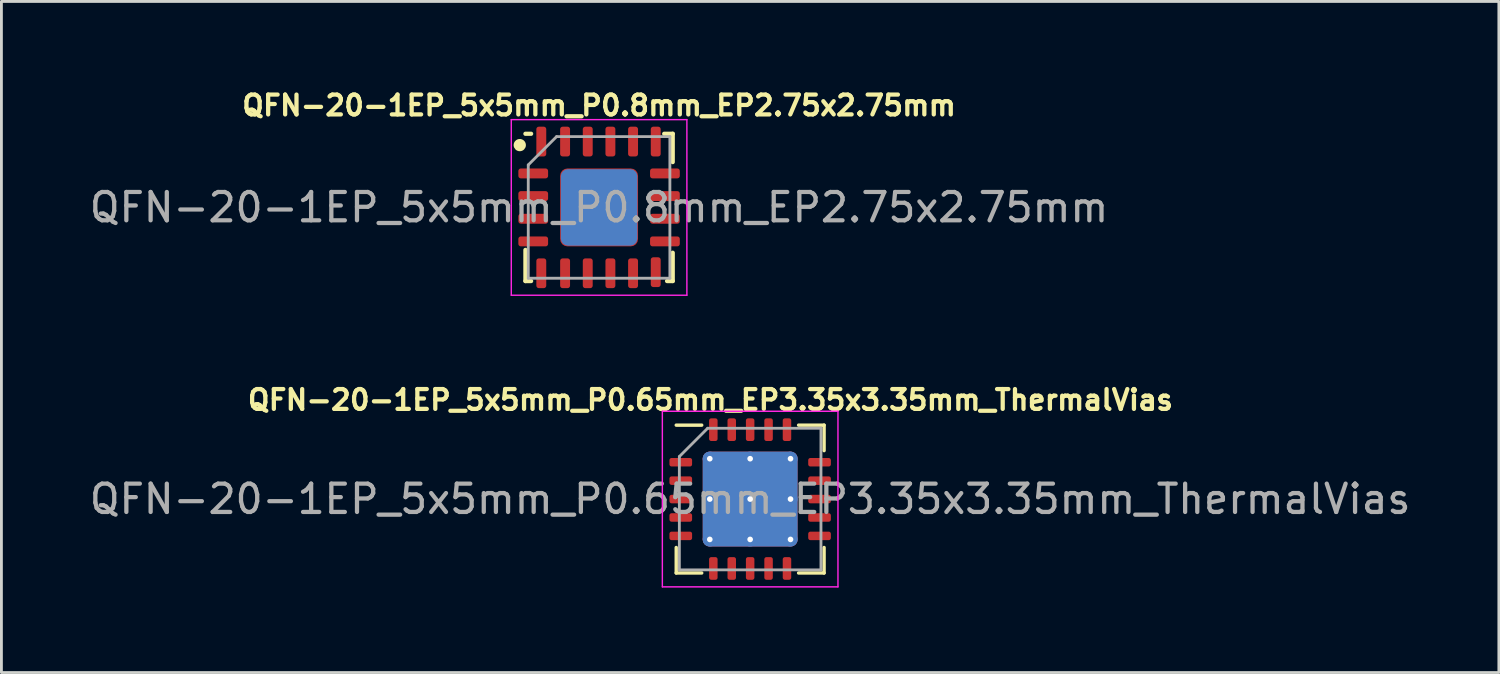
<source format=kicad_pcb>
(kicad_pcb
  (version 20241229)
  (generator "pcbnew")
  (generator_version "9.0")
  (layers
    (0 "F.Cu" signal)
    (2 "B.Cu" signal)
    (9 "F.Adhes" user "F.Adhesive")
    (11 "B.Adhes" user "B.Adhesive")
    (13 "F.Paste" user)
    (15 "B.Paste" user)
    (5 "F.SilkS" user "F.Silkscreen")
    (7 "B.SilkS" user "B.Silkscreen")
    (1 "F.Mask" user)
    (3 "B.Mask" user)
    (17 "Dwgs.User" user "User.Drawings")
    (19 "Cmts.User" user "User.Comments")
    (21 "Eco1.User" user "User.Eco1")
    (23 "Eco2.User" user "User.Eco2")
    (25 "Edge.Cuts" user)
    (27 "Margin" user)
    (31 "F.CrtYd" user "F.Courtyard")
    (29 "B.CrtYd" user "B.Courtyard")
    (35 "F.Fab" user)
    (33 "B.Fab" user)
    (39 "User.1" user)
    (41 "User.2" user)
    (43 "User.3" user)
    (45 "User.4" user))
  (footprint "QFN-20-1EP_5x5mm_P0.65mm_EP3.35x3.35mm_ThermalVias"
    (layer "F.Cu")
    (at 23.435 14.57)
    (property "Reference" "QFN-20-1EP_5x5mm_P0.65mm_EP3.35x3.35mm_ThermalVias" (at -1.4 -3.5 0) (layer "F.SilkS") (effects (font (size 0.7 0.7) (thickness 0.15))))
    (attr smd)
    (fp_line (start -2.61 2.61) (end -2.61 1.71) (stroke (width 0.12) (type solid)) (layer "F.SilkS"))
    (fp_line (start -1.71 -2.61) (end -2.61 -2.61) (stroke (width 0.12) (type solid)) (layer "F.SilkS"))
    (fp_line (start -1.71 2.61) (end -2.61 2.61) (stroke (width 0.12) (type solid)) (layer "F.SilkS"))
    (fp_line (start 1.71 -2.61) (end 2.61 -2.61) (stroke (width 0.12) (type solid)) (layer "F.SilkS"))
    (fp_line (start 1.71 2.61) (end 2.61 2.61) (stroke (width 0.12) (type solid)) (layer "F.SilkS"))
    (fp_line (start 2.61 -2.61) (end 2.61 -1.71) (stroke (width 0.12) (type solid)) (layer "F.SilkS"))
    (fp_line (start 2.61 2.61) (end 2.61 1.71) (stroke (width 0.12) (type solid)) (layer "F.SilkS"))
    (fp_line (start -3.1 -3.1) (end -3.1 3.1) (stroke (width 0.05) (type solid)) (layer "F.CrtYd"))
    (fp_line (start -3.1 3.1) (end 3.1 3.1) (stroke (width 0.05) (type solid)) (layer "F.CrtYd"))
    (fp_line (start 3.1 -3.1) (end -3.1 -3.1) (stroke (width 0.05) (type solid)) (layer "F.CrtYd"))
    (fp_line (start 3.1 3.1) (end 3.1 -3.1) (stroke (width 0.05) (type solid)) (layer "F.CrtYd"))
    (fp_line (start -2.5 -1.5) (end -1.5 -2.5) (stroke (width 0.1) (type solid)) (layer "F.Fab"))
    (fp_line (start -2.5 2.5) (end -2.5 -1.5) (stroke (width 0.1) (type solid)) (layer "F.Fab"))
    (fp_line (start -1.5 -2.5) (end 2.5 -2.5) (stroke (width 0.1) (type solid)) (layer "F.Fab"))
    (fp_line (start 2.5 -2.5) (end 2.5 2.5) (stroke (width 0.1) (type solid)) (layer "F.Fab"))
    (fp_line (start 2.5 2.5) (end -2.5 2.5) (stroke (width 0.1) (type solid)) (layer "F.Fab"))
    (fp_text user "${REFERENCE}" (at 0 0 0) (layer "F.Fab") (effects (font (size 1 1) (thickness 0.15))))
    (pad "" smd roundrect (at -0.84 -0.84) (size 1.45 1.45) (layers "F.Paste") (roundrect_rratio 0.172))
    (pad "" smd roundrect (at -0.84 0.84) (size 1.45 1.45) (layers "F.Paste") (roundrect_rratio 0.172))
    (pad "" smd roundrect (at 0.84 -0.84) (size 1.45 1.45) (layers "F.Paste") (roundrect_rratio 0.172))
    (pad "" smd roundrect (at 0.84 0.84) (size 1.45 1.45) (layers "F.Paste") (roundrect_rratio 0.172))
    (pad "1" smd roundrect (at -2.45 -1.3) (size 0.8 0.3) (layers "F.Cu" "F.Mask" "F.Paste") (roundrect_rratio 0.25))
    (pad "2" smd roundrect (at -2.45 -0.65) (size 0.8 0.3) (layers "F.Cu" "F.Mask" "F.Paste") (roundrect_rratio 0.25))
    (pad "3" smd roundrect (at -2.45 0) (size 0.8 0.3) (layers "F.Cu" "F.Mask" "F.Paste") (roundrect_rratio 0.25))
    (pad "4" smd roundrect (at -2.45 0.65) (size 0.8 0.3) (layers "F.Cu" "F.Mask" "F.Paste") (roundrect_rratio 0.25))
    (pad "5" smd roundrect (at -2.45 1.3) (size 0.8 0.3) (layers "F.Cu" "F.Mask" "F.Paste") (roundrect_rratio 0.25))
    (pad "6" smd roundrect (at -1.3 2.45) (size 0.3 0.8) (layers "F.Cu" "F.Mask" "F.Paste") (roundrect_rratio 0.25))
    (pad "7" smd roundrect (at -0.65 2.45) (size 0.3 0.8) (layers "F.Cu" "F.Mask" "F.Paste") (roundrect_rratio 0.25))
    (pad "8" smd roundrect (at 0 2.45) (size 0.3 0.8) (layers "F.Cu" "F.Mask" "F.Paste") (roundrect_rratio 0.25))
    (pad "9" smd roundrect (at 0.65 2.45) (size 0.3 0.8) (layers "F.Cu" "F.Mask" "F.Paste") (roundrect_rratio 0.25))
    (pad "10" smd roundrect (at 1.3 2.45) (size 0.3 0.8) (layers "F.Cu" "F.Mask" "F.Paste") (roundrect_rratio 0.25))
    (pad "11" smd roundrect (at 2.45 1.3) (size 0.8 0.3) (layers "F.Cu" "F.Mask" "F.Paste") (roundrect_rratio 0.25))
    (pad "12" smd roundrect (at 2.45 0.65) (size 0.8 0.3) (layers "F.Cu" "F.Mask" "F.Paste") (roundrect_rratio 0.25))
    (pad "13" smd roundrect (at 2.45 0) (size 0.8 0.3) (layers "F.Cu" "F.Mask" "F.Paste") (roundrect_rratio 0.25))
    (pad "14" smd roundrect (at 2.45 -0.65) (size 0.8 0.3) (layers "F.Cu" "F.Mask" "F.Paste") (roundrect_rratio 0.25))
    (pad "15" smd roundrect (at 2.45 -1.3) (size 0.8 0.3) (layers "F.Cu" "F.Mask" "F.Paste") (roundrect_rratio 0.25))
    (pad "16" smd roundrect (at 1.3 -2.45) (size 0.3 0.8) (layers "F.Cu" "F.Mask" "F.Paste") (roundrect_rratio 0.25))
    (pad "17" smd roundrect (at 0.65 -2.45) (size 0.3 0.8) (layers "F.Cu" "F.Mask" "F.Paste") (roundrect_rratio 0.25))
    (pad "18" smd roundrect (at 0 -2.45) (size 0.3 0.8) (layers "F.Cu" "F.Mask" "F.Paste") (roundrect_rratio 0.25))
    (pad "19" smd roundrect (at -0.65 -2.45) (size 0.3 0.8) (layers "F.Cu" "F.Mask" "F.Paste") (roundrect_rratio 0.25))
    (pad "20" smd roundrect (at -1.3 -2.45) (size 0.3 0.8) (layers "F.Cu" "F.Mask" "F.Paste") (roundrect_rratio 0.25))
    (pad "21" thru_hole circle (at -1.425 -1.425) (size 0.5 0.5) (drill 0.2) (layers "*.Cu"))
    (pad "21" thru_hole circle (at -1.425 0) (size 0.5 0.5) (drill 0.2) (layers "*.Cu"))
    (pad "21" thru_hole circle (at -1.425 1.425) (size 0.5 0.5) (drill 0.2) (layers "*.Cu"))
    (pad "21" thru_hole circle (at 0 -1.425) (size 0.5 0.5) (drill 0.2) (layers "*.Cu"))
    (pad "21" thru_hole circle (at 0 0) (size 0.5 0.5) (drill 0.2) (layers "*.Cu"))
    (pad "21" smd roundrect (at 0 0) (size 3.35 3.35) (layers "F.Cu" "F.Mask") (roundrect_rratio 0.075))
    (pad "21" smd roundrect (at 0 0) (size 3.35 3.35) (layers "B.Cu") (roundrect_rratio 0.075))
    (pad "21" thru_hole circle (at 0 1.425) (size 0.5 0.5) (drill 0.2) (layers "*.Cu"))
    (pad "21" thru_hole circle (at 1.425 -1.425) (size 0.5 0.5) (drill 0.2) (layers "*.Cu"))
    (pad "21" thru_hole circle (at 1.425 0) (size 0.5 0.5) (drill 0.2) (layers "*.Cu"))
    (pad "21" thru_hole circle (at 1.425 1.425) (size 0.5 0.5) (drill 0.2) (layers "*.Cu")))
  (footprint "QFN-20-1EP_5x5mm_P0.8mm_EP2.75x2.75mm"
    (layer "F.Cu")
    (at 18.101 4.273)
    (property "Reference" "QFN-20-1EP_5x5mm_P0.8mm_EP2.75x2.75mm" (at 0 -3.6 0) (layer "F.SilkS") (effects (font (size 0.7 0.7) (thickness 0.15))))
    (attr smd)
    (fp_line (start -2.9 -2.2) (end -2.7 -2.2) (stroke (width 0.15) (type solid)) (layer "F.SilkS"))
    (fp_line (start -2.6 1.5) (end -2.6 2.6) (stroke (width 0.15) (type solid)) (layer "F.SilkS"))
    (fp_line (start -2.6 2.6) (end -2.4 2.6) (stroke (width 0.15) (type solid)) (layer "F.SilkS"))
    (fp_line (start -2.4 -2.6) (end -2.6 -2.6) (stroke (width 0.15) (type solid)) (layer "F.SilkS"))
    (fp_line (start 2.4 2.6) (end 2.6 2.6) (stroke (width 0.15) (type solid)) (layer "F.SilkS"))
    (fp_line (start 2.6 -2.6) (end 2.3 -2.6) (stroke (width 0.15) (type solid)) (layer "F.SilkS"))
    (fp_line (start 2.6 -2.6) (end 2.6 -1.6) (stroke (width 0.15) (type solid)) (layer "F.SilkS"))
    (fp_line (start 2.6 1.6) (end 2.6 2.6) (stroke (width 0.15) (type solid)) (layer "F.SilkS"))
    (fp_circle (center -2.8 -2.2) (end -2.7 -2.3) (stroke (width 0.15) (type solid)) (fill no) (layer "F.SilkS"))
    (fp_line (start -3.1 -3.1) (end -3.1 3.1) (stroke (width 0.05) (type solid)) (layer "F.CrtYd"))
    (fp_line (start -3.1 3.1) (end 3.1 3.1) (stroke (width 0.05) (type solid)) (layer "F.CrtYd"))
    (fp_line (start 3.1 -3.1) (end -3.1 -3.1) (stroke (width 0.05) (type solid)) (layer "F.CrtYd"))
    (fp_line (start 3.1 3.1) (end 3.1 -3.1) (stroke (width 0.05) (type solid)) (layer "F.CrtYd"))
    (fp_line (start -2.5 -1.5) (end -1.5 -2.5) (stroke (width 0.1) (type solid)) (layer "F.Fab"))
    (fp_line (start -2.5 2.5) (end -2.5 -1.5) (stroke (width 0.1) (type solid)) (layer "F.Fab"))
    (fp_line (start -1.5 -2.5) (end 2.5 -2.5) (stroke (width 0.1) (type solid)) (layer "F.Fab"))
    (fp_line (start 2.5 -2.5) (end 2.5 2.5) (stroke (width 0.1) (type solid)) (layer "F.Fab"))
    (fp_line (start 2.5 2.5) (end -2.5 2.5) (stroke (width 0.1) (type solid)) (layer "F.Fab"))
    (fp_text user "${REFERENCE}" (at 0 0 0) (layer "F.Fab") (effects (font (size 1 1) (thickness 0.15))))
    (pad "" smd roundrect (at -0.675 -0.675) (size 1.17 1.17) (layers "F.Paste") (roundrect_rratio 0.214))
    (pad "" smd roundrect (at -0.675 0.675) (size 1.17 1.17) (layers "F.Paste") (roundrect_rratio 0.214))
    (pad "" smd roundrect (at 0.675 -0.675) (size 1.17 1.17) (layers "F.Paste") (roundrect_rratio 0.214))
    (pad "" smd roundrect (at 0.675 0.675) (size 1.17 1.17) (layers "F.Paste") (roundrect_rratio 0.214))
    (pad "1" smd roundrect (at -2.325 -1.2) (size 1.05 0.35) (layers "F.Cu" "F.Mask" "F.Paste") (roundrect_rratio 0.25))
    (pad "2" smd roundrect (at -2.325 -0.4) (size 1.05 0.35) (layers "F.Cu" "F.Mask" "F.Paste") (roundrect_rratio 0.25))
    (pad "3" smd roundrect (at -2.325 0.4) (size 1.05 0.35) (layers "F.Cu" "F.Mask" "F.Paste") (roundrect_rratio 0.25))
    (pad "4" smd roundrect (at -2.325 1.2) (size 1.05 0.35) (layers "F.Cu" "F.Mask" "F.Paste") (roundrect_rratio 0.25))
    (pad "5" smd roundrect (at -2.04 2.325) (size 0.35 1.05) (layers "F.Cu" "F.Mask" "F.Paste") (roundrect_rratio 0.25))
    (pad "6" smd roundrect (at -1.2 2.325) (size 0.35 1.05) (layers "F.Cu" "F.Mask" "F.Paste") (roundrect_rratio 0.25))
    (pad "7" smd roundrect (at -0.4 2.325) (size 0.35 1.05) (layers "F.Cu" "F.Mask" "F.Paste") (roundrect_rratio 0.25))
    (pad "8" smd roundrect (at 0.4 2.325) (size 0.35 1.05) (layers "F.Cu" "F.Mask" "F.Paste") (roundrect_rratio 0.25))
    (pad "9" smd roundrect (at 1.2 2.325) (size 0.35 1.05) (layers "F.Cu" "F.Mask" "F.Paste") (roundrect_rratio 0.25))
    (pad "10" smd roundrect (at 2 2.286) (size 0.35 1.05) (layers "F.Cu" "F.Mask" "F.Paste") (roundrect_rratio 0.25))
    (pad "11" smd roundrect (at 2.325 1.2) (size 1.05 0.35) (layers "F.Cu" "F.Mask" "F.Paste") (roundrect_rratio 0.25))
    (pad "12" smd roundrect (at 2.325 0.4) (size 1.05 0.35) (layers "F.Cu" "F.Mask" "F.Paste") (roundrect_rratio 0.25))
    (pad "13" smd roundrect (at 2.325 -0.4) (size 1.05 0.35) (layers "F.Cu" "F.Mask" "F.Paste") (roundrect_rratio 0.25))
    (pad "14" smd roundrect (at 2.325 -1.2) (size 1.05 0.35) (layers "F.Cu" "F.Mask" "F.Paste") (roundrect_rratio 0.25))
    (pad "15" smd roundrect (at 2 -2.325) (size 0.35 1.05) (layers "F.Cu" "F.Mask" "F.Paste") (roundrect_rratio 0.25))
    (pad "16" smd roundrect (at 1.2 -2.325) (size 0.35 1.05) (layers "F.Cu" "F.Mask" "F.Paste") (roundrect_rratio 0.25))
    (pad "17" smd roundrect (at 0 0) (size 2.7 2.7) (layers "B.Cu") (roundrect_rratio 0.093))
    (pad "17" smd roundrect (at 0 0) (size 2.75 2.75) (layers "F.Cu" "F.Mask") (roundrect_rratio 0.093))
    (pad "17" smd roundrect (at 0.4 -2.325) (size 0.35 1.05) (layers "F.Cu" "F.Mask" "F.Paste") (roundrect_rratio 0.25))
    (pad "18" smd roundrect (at -0.4 -2.325) (size 0.35 1.05) (layers "F.Cu" "F.Mask" "F.Paste") (roundrect_rratio 0.25))
    (pad "19" smd roundrect (at -1.2 -2.325) (size 0.35 1.05) (layers "F.Cu" "F.Mask" "F.Paste") (roundrect_rratio 0.25))
    (pad "20" smd roundrect (at -2.04 -2.325) (size 0.35 1.05) (layers "F.Cu" "F.Mask" "F.Paste") (roundrect_rratio 0.25)))
  (gr_rect
    (start -3 -3)
    (end 49.869 20.695)
    (stroke (width 0.1) (type default))
    (fill no)
    (layer "Edge.Cuts")))
</source>
